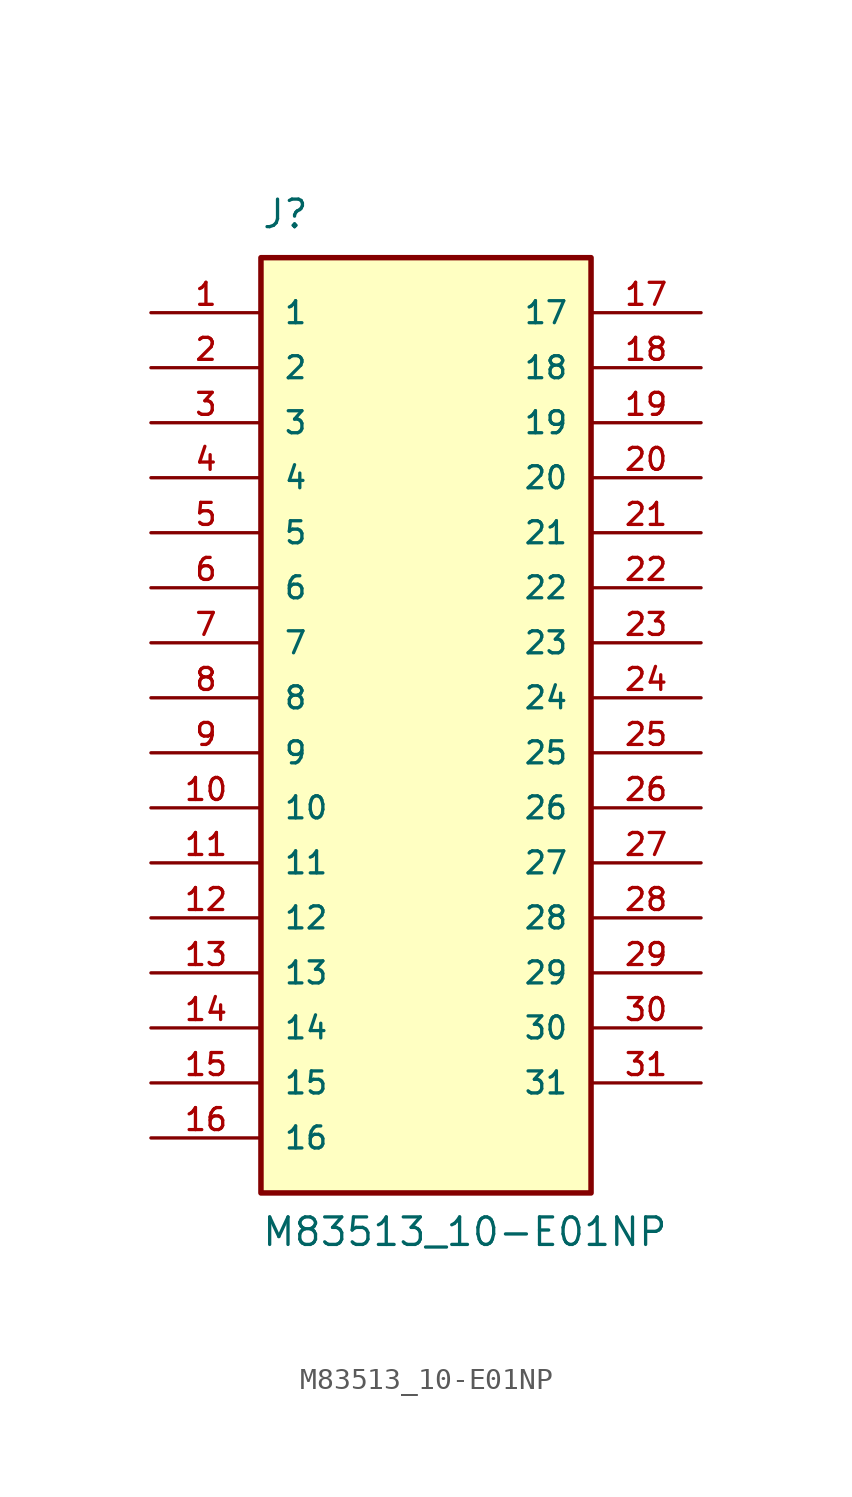
<source format=kicad_sym>
(kicad_symbol_lib
  (version 20211014)
  (generator kicad_symbol_editor)
  (symbol "M83513_10-E01NP"
    (pin_names
      (offset 1.016))
    (property "Reference" "J"
      (at -7.62 21.59 0)
      (effects (font (size 1.27 1.27)) (justify bottom left)))
    (property "Value" "M83513_10-E01NP"
      (at -7.62 -25.4 0)
      (effects (font (size 1.27 1.27)) (justify bottom left)))
    (symbol "M83513_10-E01NP_0_0"
      (rectangle (start -7.62 -22.86) (end 7.62 20.32) (stroke (width 0.254)) (fill (type background)))
      (pin passive line (at -12.7 17.78 0) (length 5.08) (name "1" (effects (font (size 1.016 1.016)))) (number "1" (effects (font (size 1.016 1.016)))))
      (pin passive line (at -12.7 15.24 0) (length 5.08) (name "2" (effects (font (size 1.016 1.016)))) (number "2" (effects (font (size 1.016 1.016)))))
      (pin passive line (at -12.7 12.7 0) (length 5.08) (name "3" (effects (font (size 1.016 1.016)))) (number "3" (effects (font (size 1.016 1.016)))))
      (pin passive line (at -12.7 10.16 0) (length 5.08) (name "4" (effects (font (size 1.016 1.016)))) (number "4" (effects (font (size 1.016 1.016)))))
      (pin passive line (at -12.7 7.62 0) (length 5.08) (name "5" (effects (font (size 1.016 1.016)))) (number "5" (effects (font (size 1.016 1.016)))))
      (pin passive line (at -12.7 5.08 0) (length 5.08) (name "6" (effects (font (size 1.016 1.016)))) (number "6" (effects (font (size 1.016 1.016)))))
      (pin passive line (at -12.7 2.54 0) (length 5.08) (name "7" (effects (font (size 1.016 1.016)))) (number "7" (effects (font (size 1.016 1.016)))))
      (pin passive line (at -12.7 0.0 0) (length 5.08) (name "8" (effects (font (size 1.016 1.016)))) (number "8" (effects (font (size 1.016 1.016)))))
      (pin passive line (at -12.7 -2.54 0) (length 5.08) (name "9" (effects (font (size 1.016 1.016)))) (number "9" (effects (font (size 1.016 1.016)))))
      (pin passive line (at -12.7 -5.08 0) (length 5.08) (name "10" (effects (font (size 1.016 1.016)))) (number "10" (effects (font (size 1.016 1.016)))))
      (pin passive line (at -12.7 -7.62 0) (length 5.08) (name "11" (effects (font (size 1.016 1.016)))) (number "11" (effects (font (size 1.016 1.016)))))
      (pin passive line (at -12.7 -10.16 0) (length 5.08) (name "12" (effects (font (size 1.016 1.016)))) (number "12" (effects (font (size 1.016 1.016)))))
      (pin passive line (at -12.7 -12.7 0) (length 5.08) (name "13" (effects (font (size 1.016 1.016)))) (number "13" (effects (font (size 1.016 1.016)))))
      (pin passive line (at -12.7 -15.24 0) (length 5.08) (name "14" (effects (font (size 1.016 1.016)))) (number "14" (effects (font (size 1.016 1.016)))))
      (pin passive line (at -12.7 -17.78 0) (length 5.08) (name "15" (effects (font (size 1.016 1.016)))) (number "15" (effects (font (size 1.016 1.016)))))
      (pin passive line (at -12.7 -20.32 0) (length 5.08) (name "16" (effects (font (size 1.016 1.016)))) (number "16" (effects (font (size 1.016 1.016)))))
      (pin passive line (at 12.7 17.78 180.0) (length 5.08) (name "17" (effects (font (size 1.016 1.016)))) (number "17" (effects (font (size 1.016 1.016)))))
      (pin passive line (at 12.7 15.24 180.0) (length 5.08) (name "18" (effects (font (size 1.016 1.016)))) (number "18" (effects (font (size 1.016 1.016)))))
      (pin passive line (at 12.7 12.7 180.0) (length 5.08) (name "19" (effects (font (size 1.016 1.016)))) (number "19" (effects (font (size 1.016 1.016)))))
      (pin passive line (at 12.7 10.16 180.0) (length 5.08) (name "20" (effects (font (size 1.016 1.016)))) (number "20" (effects (font (size 1.016 1.016)))))
      (pin passive line (at 12.7 7.62 180.0) (length 5.08) (name "21" (effects (font (size 1.016 1.016)))) (number "21" (effects (font (size 1.016 1.016)))))
      (pin passive line (at 12.7 5.08 180.0) (length 5.08) (name "22" (effects (font (size 1.016 1.016)))) (number "22" (effects (font (size 1.016 1.016)))))
      (pin passive line (at 12.7 2.54 180.0) (length 5.08) (name "23" (effects (font (size 1.016 1.016)))) (number "23" (effects (font (size 1.016 1.016)))))
      (pin passive line (at 12.7 0.0 180.0) (length 5.08) (name "24" (effects (font (size 1.016 1.016)))) (number "24" (effects (font (size 1.016 1.016)))))
      (pin passive line (at 12.7 -2.54 180.0) (length 5.08) (name "25" (effects (font (size 1.016 1.016)))) (number "25" (effects (font (size 1.016 1.016)))))
      (pin passive line (at 12.7 -5.08 180.0) (length 5.08) (name "26" (effects (font (size 1.016 1.016)))) (number "26" (effects (font (size 1.016 1.016)))))
      (pin passive line (at 12.7 -7.62 180.0) (length 5.08) (name "27" (effects (font (size 1.016 1.016)))) (number "27" (effects (font (size 1.016 1.016)))))
      (pin passive line (at 12.7 -10.16 180.0) (length 5.08) (name "28" (effects (font (size 1.016 1.016)))) (number "28" (effects (font (size 1.016 1.016)))))
      (pin passive line (at 12.7 -12.7 180.0) (length 5.08) (name "29" (effects (font (size 1.016 1.016)))) (number "29" (effects (font (size 1.016 1.016)))))
      (pin passive line (at 12.7 -15.24 180.0) (length 5.08) (name "30" (effects (font (size 1.016 1.016)))) (number "30" (effects (font (size 1.016 1.016)))))
      (pin passive line (at 12.7 -17.78 180.0) (length 5.08) (name "31" (effects (font (size 1.016 1.016)))) (number "31" (effects (font (size 1.016 1.016))))))))
</source>
